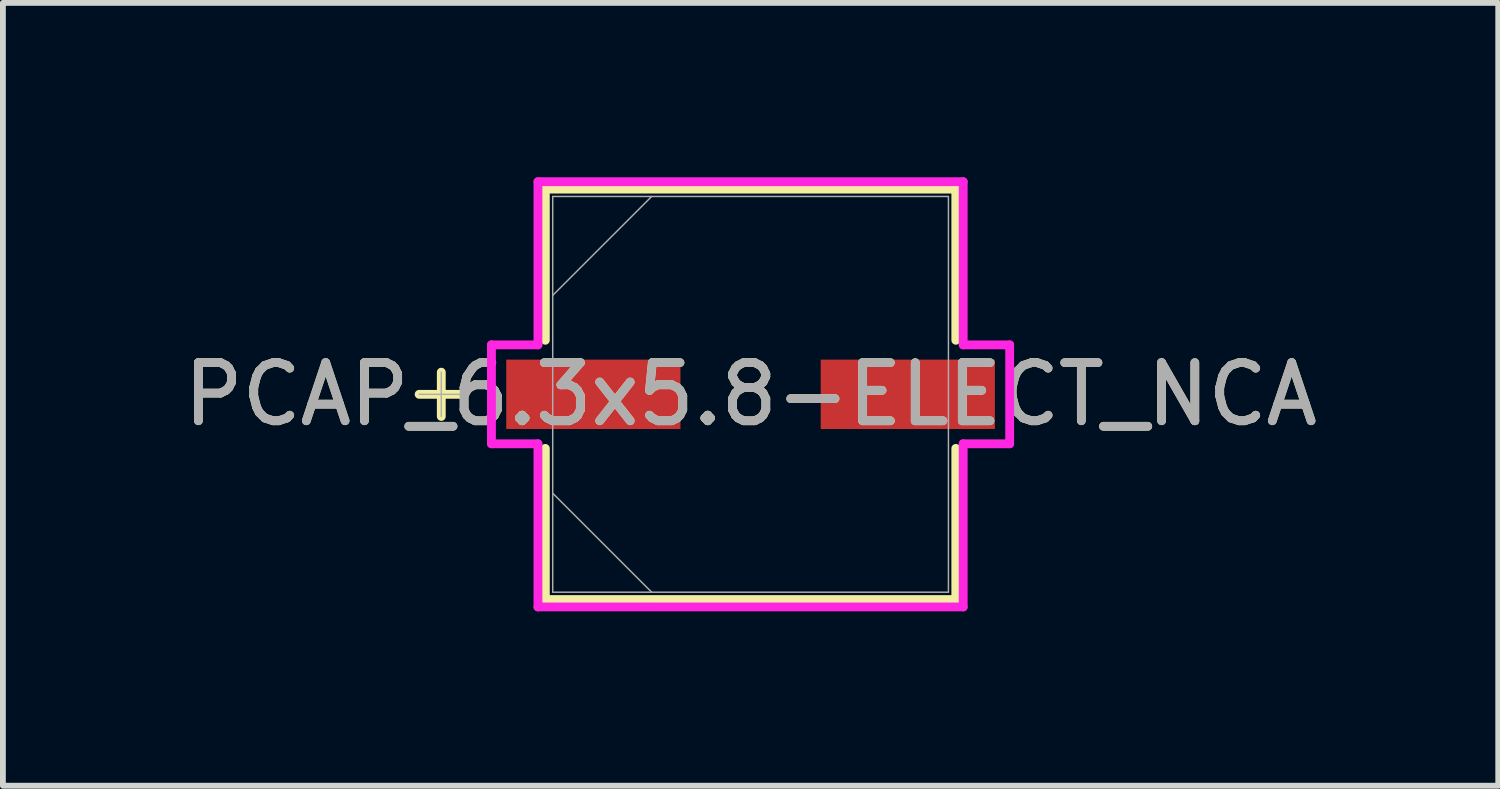
<source format=kicad_pcb>
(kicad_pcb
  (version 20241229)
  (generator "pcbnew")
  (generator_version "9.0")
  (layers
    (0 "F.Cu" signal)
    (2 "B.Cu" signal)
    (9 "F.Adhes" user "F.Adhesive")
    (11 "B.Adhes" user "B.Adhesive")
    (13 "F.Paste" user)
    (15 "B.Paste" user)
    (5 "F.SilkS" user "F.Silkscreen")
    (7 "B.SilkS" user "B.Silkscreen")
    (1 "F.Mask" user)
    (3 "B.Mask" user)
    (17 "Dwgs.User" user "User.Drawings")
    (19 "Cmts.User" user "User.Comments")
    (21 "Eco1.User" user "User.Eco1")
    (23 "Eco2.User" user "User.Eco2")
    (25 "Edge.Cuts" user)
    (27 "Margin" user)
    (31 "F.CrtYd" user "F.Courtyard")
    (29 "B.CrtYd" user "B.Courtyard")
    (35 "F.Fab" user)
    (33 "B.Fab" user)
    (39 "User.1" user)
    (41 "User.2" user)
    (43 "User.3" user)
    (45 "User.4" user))
  (footprint "PCAP_6.3x5.8-ELECT_NCA"
    (layer "F.Cu")
    (at 9.863 3.734)
    (property "Reference" "PCAP_6.3x5.8-ELECT_NCA" (at 0 0 0) (unlocked yes) (layer "F.SilkS") (effects (font (size 1 1) (thickness 0.15))))
    (attr smd)
    (fp_line (start -5.321 -0.381) (end -5.321 0.381) (stroke (width 0.152) (type solid)) (layer "F.SilkS"))
    (fp_line (start -4.94 0) (end -5.702 0) (stroke (width 0.152) (type solid)) (layer "F.SilkS"))
    (fp_line (start -3.531 -3.531) (end -3.531 -0.93) (stroke (width 0.152) (type solid)) (layer "F.SilkS"))
    (fp_line (start -3.531 0.93) (end -3.531 3.531) (stroke (width 0.152) (type solid)) (layer "F.SilkS"))
    (fp_line (start -3.531 3.531) (end 3.531 3.531) (stroke (width 0.152) (type solid)) (layer "F.SilkS"))
    (fp_line (start 3.531 -3.531) (end -3.531 -3.531) (stroke (width 0.152) (type solid)) (layer "F.SilkS"))
    (fp_line (start 3.531 -0.93) (end 3.531 -3.531) (stroke (width 0.152) (type solid)) (layer "F.SilkS"))
    (fp_line (start 3.531 3.531) (end 3.531 0.93) (stroke (width 0.152) (type solid)) (layer "F.SilkS"))
    (fp_line (start -4.458 -0.851) (end -3.658 -0.851) (stroke (width 0.152) (type solid)) (layer "F.CrtYd"))
    (fp_line (start -4.458 0.851) (end -4.458 -0.851) (stroke (width 0.152) (type solid)) (layer "F.CrtYd"))
    (fp_line (start -3.658 -3.658) (end 3.658 -3.658) (stroke (width 0.152) (type solid)) (layer "F.CrtYd"))
    (fp_line (start -3.658 -0.851) (end -3.658 -3.658) (stroke (width 0.152) (type solid)) (layer "F.CrtYd"))
    (fp_line (start -3.658 0.851) (end -4.458 0.851) (stroke (width 0.152) (type solid)) (layer "F.CrtYd"))
    (fp_line (start -3.658 3.658) (end -3.658 0.851) (stroke (width 0.152) (type solid)) (layer "F.CrtYd"))
    (fp_line (start 3.658 -3.658) (end 3.658 -0.851) (stroke (width 0.152) (type solid)) (layer "F.CrtYd"))
    (fp_line (start 3.658 -0.851) (end 4.458 -0.851) (stroke (width 0.152) (type solid)) (layer "F.CrtYd"))
    (fp_line (start 3.658 0.851) (end 3.658 3.658) (stroke (width 0.152) (type solid)) (layer "F.CrtYd"))
    (fp_line (start 3.658 3.658) (end -3.658 3.658) (stroke (width 0.152) (type solid)) (layer "F.CrtYd"))
    (fp_line (start 4.458 -0.851) (end 4.458 0.851) (stroke (width 0.152) (type solid)) (layer "F.CrtYd"))
    (fp_line (start 4.458 0.851) (end 3.658 0.851) (stroke (width 0.152) (type solid)) (layer "F.CrtYd"))
    (fp_line (start -5.321 -0.381) (end -5.321 0.381) (stroke (width 0.025) (type solid)) (layer "F.Fab"))
    (fp_line (start -4.94 0) (end -5.702 0) (stroke (width 0.025) (type solid)) (layer "F.Fab"))
    (fp_line (start -3.404 -3.404) (end -3.404 3.404) (stroke (width 0.025) (type solid)) (layer "F.Fab"))
    (fp_line (start -3.404 -1.702) (end -1.702 -3.404) (stroke (width 0.025) (type solid)) (layer "F.Fab"))
    (fp_line (start -3.404 1.702) (end -1.702 3.404) (stroke (width 0.025) (type solid)) (layer "F.Fab"))
    (fp_line (start -3.404 3.404) (end 3.404 3.404) (stroke (width 0.025) (type solid)) (layer "F.Fab"))
    (fp_line (start 3.404 -3.404) (end -3.404 -3.404) (stroke (width 0.025) (type solid)) (layer "F.Fab"))
    (fp_line (start 3.404 3.404) (end 3.404 -3.404) (stroke (width 0.025) (type solid)) (layer "F.Fab"))
    (fp_text user "${REFERENCE}" (at 0 0 0) (unlocked yes) (layer "F.Fab") (effects (font (size 1 1) (thickness 0.15))))
    (pad "1" smd rect (at -2.705 0) (size 2.997 1.194) (layers "F.Cu" "F.Mask" "F.Paste"))
    (pad "2" smd rect (at 2.705 0) (size 2.997 1.194) (layers "F.Cu" "F.Mask" "F.Paste"))
    (zone (net_name "") (layer "F.Cu") (hatch full 0.508) (connect_pads) (min_thickness 0.254) (filled_areas_thickness no) (keepout (tracks not_allowed) (vias not_allowed) (pads allowed) (copperpour not_allowed) (footprints allowed)) (placement (enabled no)) (fill) (polygon (pts (xy 6.51 0.381) (xy 13.216 0.381) (xy 13.216 3.086) (xy 6.51 3.086))))
    (zone (net_name "") (layer "F.Cu") (hatch full 0.508) (connect_pads) (min_thickness 0.254) (filled_areas_thickness no) (keepout (tracks not_allowed) (vias not_allowed) (pads allowed) (copperpour not_allowed) (footprints allowed)) (placement (enabled no)) (fill) (polygon (pts (xy 6.51 4.381) (xy 13.216 4.381) (xy 13.216 7.087) (xy 6.51 7.087))))
    (zone (net_name "") (layer "F.Cu") (hatch full 0.508) (connect_pads) (min_thickness 0.254) (filled_areas_thickness no) (keepout (tracks not_allowed) (vias not_allowed) (pads allowed) (copperpour not_allowed) (footprints allowed)) (placement (enabled no)) (fill) (polygon (pts (xy 8.707 3.086) (xy 11.019 3.086) (xy 11.019 4.381) (xy 8.707 4.381)))))
  (gr_rect
    (start -3 -3)
    (end 22.726 10.468)
    (stroke (width 0.1) (type default))
    (fill no)
    (layer "Edge.Cuts")))
</source>
